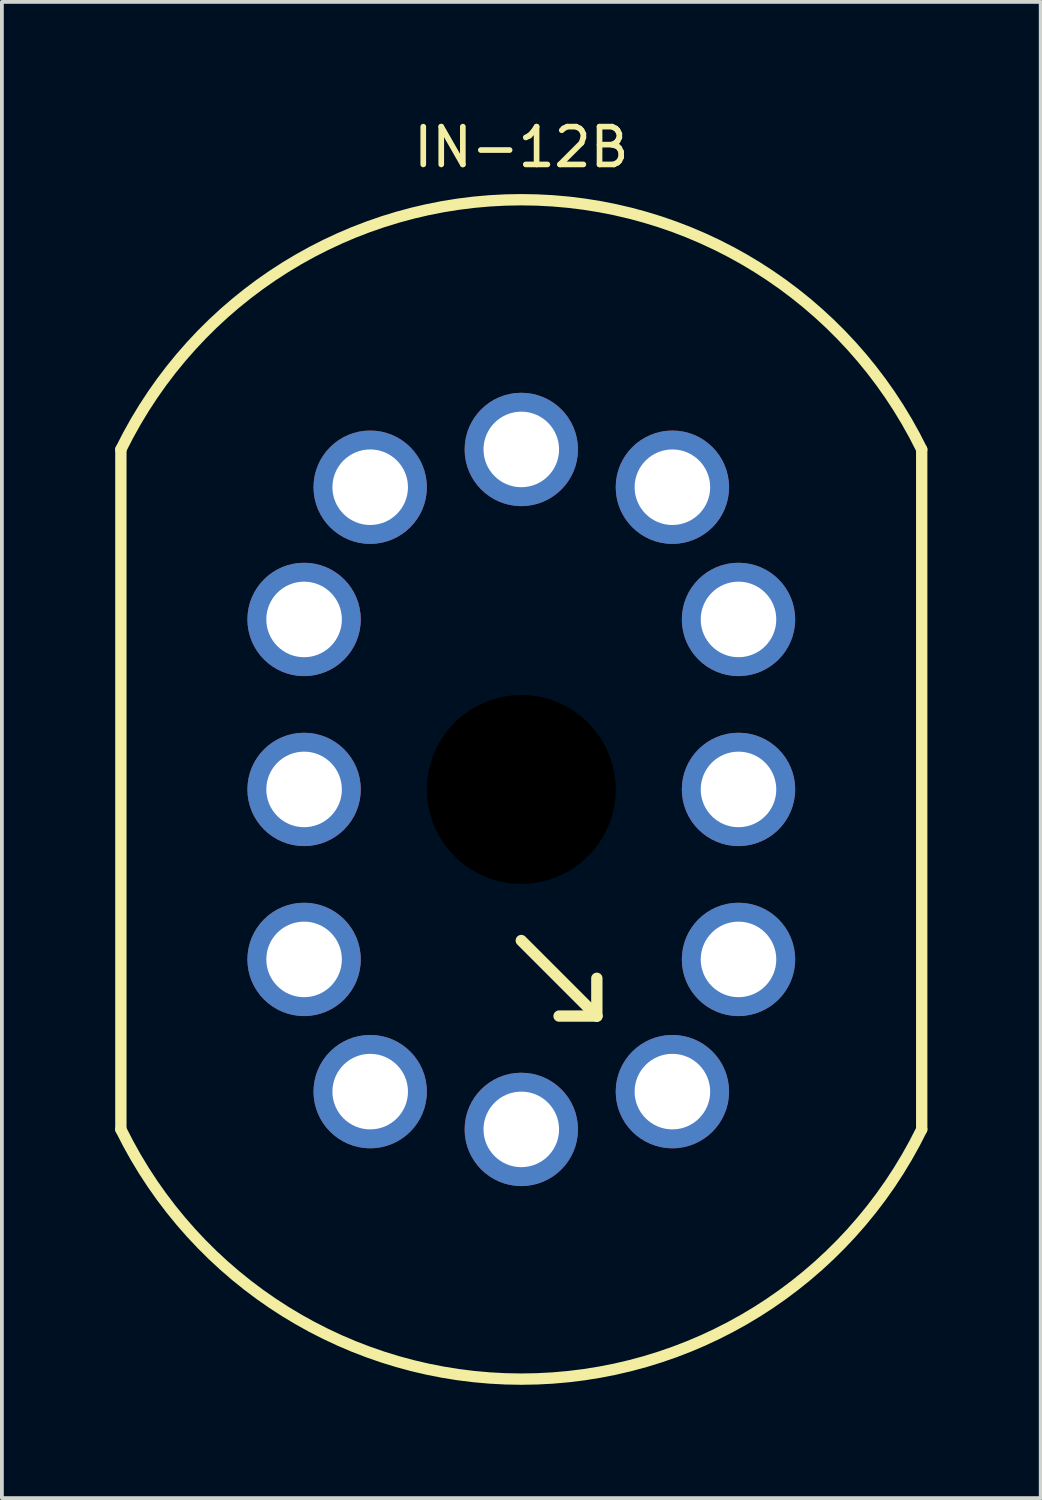
<source format=kicad_pcb>
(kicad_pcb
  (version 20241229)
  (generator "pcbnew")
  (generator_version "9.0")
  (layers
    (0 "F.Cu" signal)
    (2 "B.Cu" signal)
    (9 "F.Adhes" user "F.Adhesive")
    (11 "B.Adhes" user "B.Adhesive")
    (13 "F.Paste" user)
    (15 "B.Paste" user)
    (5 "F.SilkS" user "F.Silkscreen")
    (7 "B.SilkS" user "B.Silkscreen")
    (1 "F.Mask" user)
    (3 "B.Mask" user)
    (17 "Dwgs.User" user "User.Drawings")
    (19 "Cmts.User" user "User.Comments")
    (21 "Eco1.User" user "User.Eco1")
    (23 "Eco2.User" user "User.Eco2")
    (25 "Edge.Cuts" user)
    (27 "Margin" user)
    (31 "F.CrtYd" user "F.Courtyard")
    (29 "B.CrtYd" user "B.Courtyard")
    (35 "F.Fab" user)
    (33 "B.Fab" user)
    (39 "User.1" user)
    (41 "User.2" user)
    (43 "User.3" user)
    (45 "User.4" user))
  (footprint "IN-12B"
    (layer "F.Cu")
    (at 10.75 17.848)
    (property "Reference" "IN-12B" (at 0 -17 0) (unlocked yes) (layer "F.SilkS") (effects (font (size 1 1) (thickness 0.15))))
    (attr through_hole)
    (fp_line (start -10.6 9) (end -10.6 -9) (stroke (width 0.3) (type solid)) (layer "F.SilkS"))
    (fp_line (start 0 4) (end 2 6) (stroke (width 0.3) (type solid)) (layer "F.SilkS"))
    (fp_line (start 2 6) (end 1 6) (stroke (width 0.3) (type solid)) (layer "F.SilkS"))
    (fp_line (start 2 6) (end 2 5) (stroke (width 0.3) (type solid)) (layer "F.SilkS"))
    (fp_line (start 10.6 9) (end 10.6 -9) (stroke (width 0.3) (type solid)) (layer "F.SilkS"))
    (fp_arc (start -10.6 -9) (mid 0 -15.61076) (end 10.6 -9) (stroke (width 0.3) (type solid)) (layer "F.SilkS"))
    (fp_arc (start 10.6 9) (mid 0 15.61076) (end -10.6 9) (stroke (width 0.3) (type solid)) (layer "F.SilkS"))
    (pad "" np_thru_hole circle (at 0 0 180) (size 5 5) (drill 5) (layers "*.Mask"))
    (pad "1" thru_hole circle (at 4 8 180) (size 3 3) (drill 2) (layers "*.Cu" "*.Mask"))
    (pad "2" thru_hole circle (at 5.75 4.5) (size 3 3) (drill 2) (layers "*.Cu" "*.Mask"))
    (pad "3" thru_hole circle (at 5.75 0) (size 3 3) (drill 2) (layers "*.Cu" "*.Mask"))
    (pad "4" thru_hole circle (at 5.75 -4.5) (size 3 3) (drill 2) (layers "*.Cu" "*.Mask"))
    (pad "5" thru_hole circle (at 4 -8) (size 3 3) (drill 2) (layers "*.Cu" "*.Mask"))
    (pad "6" thru_hole circle (at 0 -9) (size 3 3) (drill 2) (layers "*.Cu" "*.Mask"))
    (pad "7" thru_hole circle (at -4 -8) (size 3 3) (drill 2) (layers "*.Cu" "*.Mask"))
    (pad "8" thru_hole circle (at -5.75 -4.5) (size 3 3) (drill 2) (layers "*.Cu" "*.Mask"))
    (pad "9" thru_hole circle (at -5.75 0) (size 3 3) (drill 2) (layers "*.Cu" "*.Mask"))
    (pad "10" thru_hole circle (at -5.75 4.5) (size 3 3) (drill 2) (layers "*.Cu" "*.Mask"))
    (pad "11" thru_hole circle (at -4 8 180) (size 3 3) (drill 2) (layers "*.Cu" "*.Mask"))
    (pad "12" thru_hole circle (at 0 9) (size 3 3) (drill 2) (layers "*.Cu" "*.Mask")))
  (gr_rect
    (start -3 -3)
    (end 24.5 36.609)
    (stroke (width 0.1) (type default))
    (fill no)
    (layer "Edge.Cuts")))
</source>
